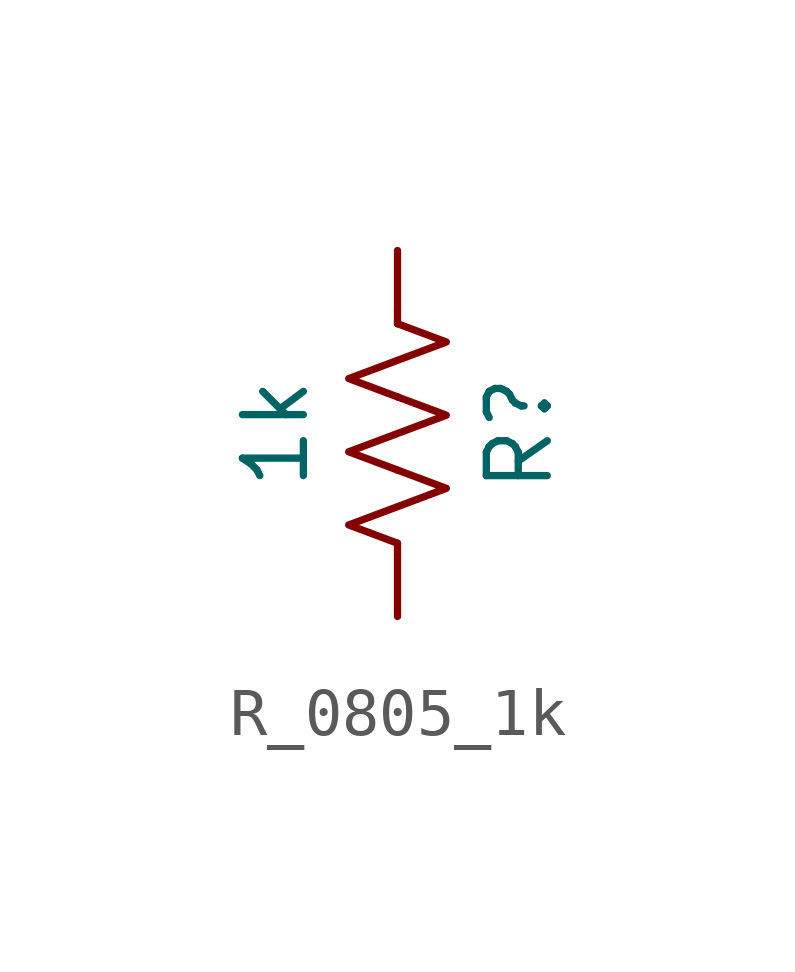
<source format=kicad_sym>
(kicad_symbol_lib
  (version 20241209)
  (generator "kicad_symbol_editor")
  (generator_version "9.0")
  (symbol "R_0805_1k"
    (pin_numbers
      (hide yes))
    (pin_names
      (offset 0))
    (property "Reference" "R"
      (at 2.54 0 90)
      (effects (font (size 1.27 1.27))))
    (property "Value" "1k"
      (at -2.54 0 90)
      (effects (font (size 1.27 1.27))))
    (symbol "R_0805_1k_0_1"
      (polyline (pts (xy 0 2.286) (xy 0 2.54)) (stroke (width 0) (type default)) (fill (type none)))
      (polyline (pts (xy 0 2.286) (xy 1.016 1.905) (xy 0 1.524) (xy -1.016 1.143) (xy 0 0.762)) (stroke (width 0) (type default)) (fill (type none)))
      (polyline (pts (xy 0 0.762) (xy 1.016 0.381) (xy 0 0) (xy -1.016 -0.381) (xy 0 -0.762)) (stroke (width 0) (type default)) (fill (type none)))
      (polyline (pts (xy 0 -0.762) (xy 1.016 -1.143) (xy 0 -1.524) (xy -1.016 -1.905) (xy 0 -2.286)) (stroke (width 0) (type default)) (fill (type none)))
      (polyline (pts (xy 0 -2.286) (xy 0 -2.54)) (stroke (width 0) (type default)) (fill (type none))))
    (symbol "R_0805_1k_1_1"
      (pin passive line (at 0 3.81 270) (length 1.27) (name "~" (effects (font (size 1.27 1.27)))) (number "1" (effects (font (size 1.27 1.27)))))
      (pin passive line (at 0 -3.81 90) (length 1.27) (name "~" (effects (font (size 1.27 1.27)))) (number "2" (effects (font (size 1.27 1.27))))))))
</source>
